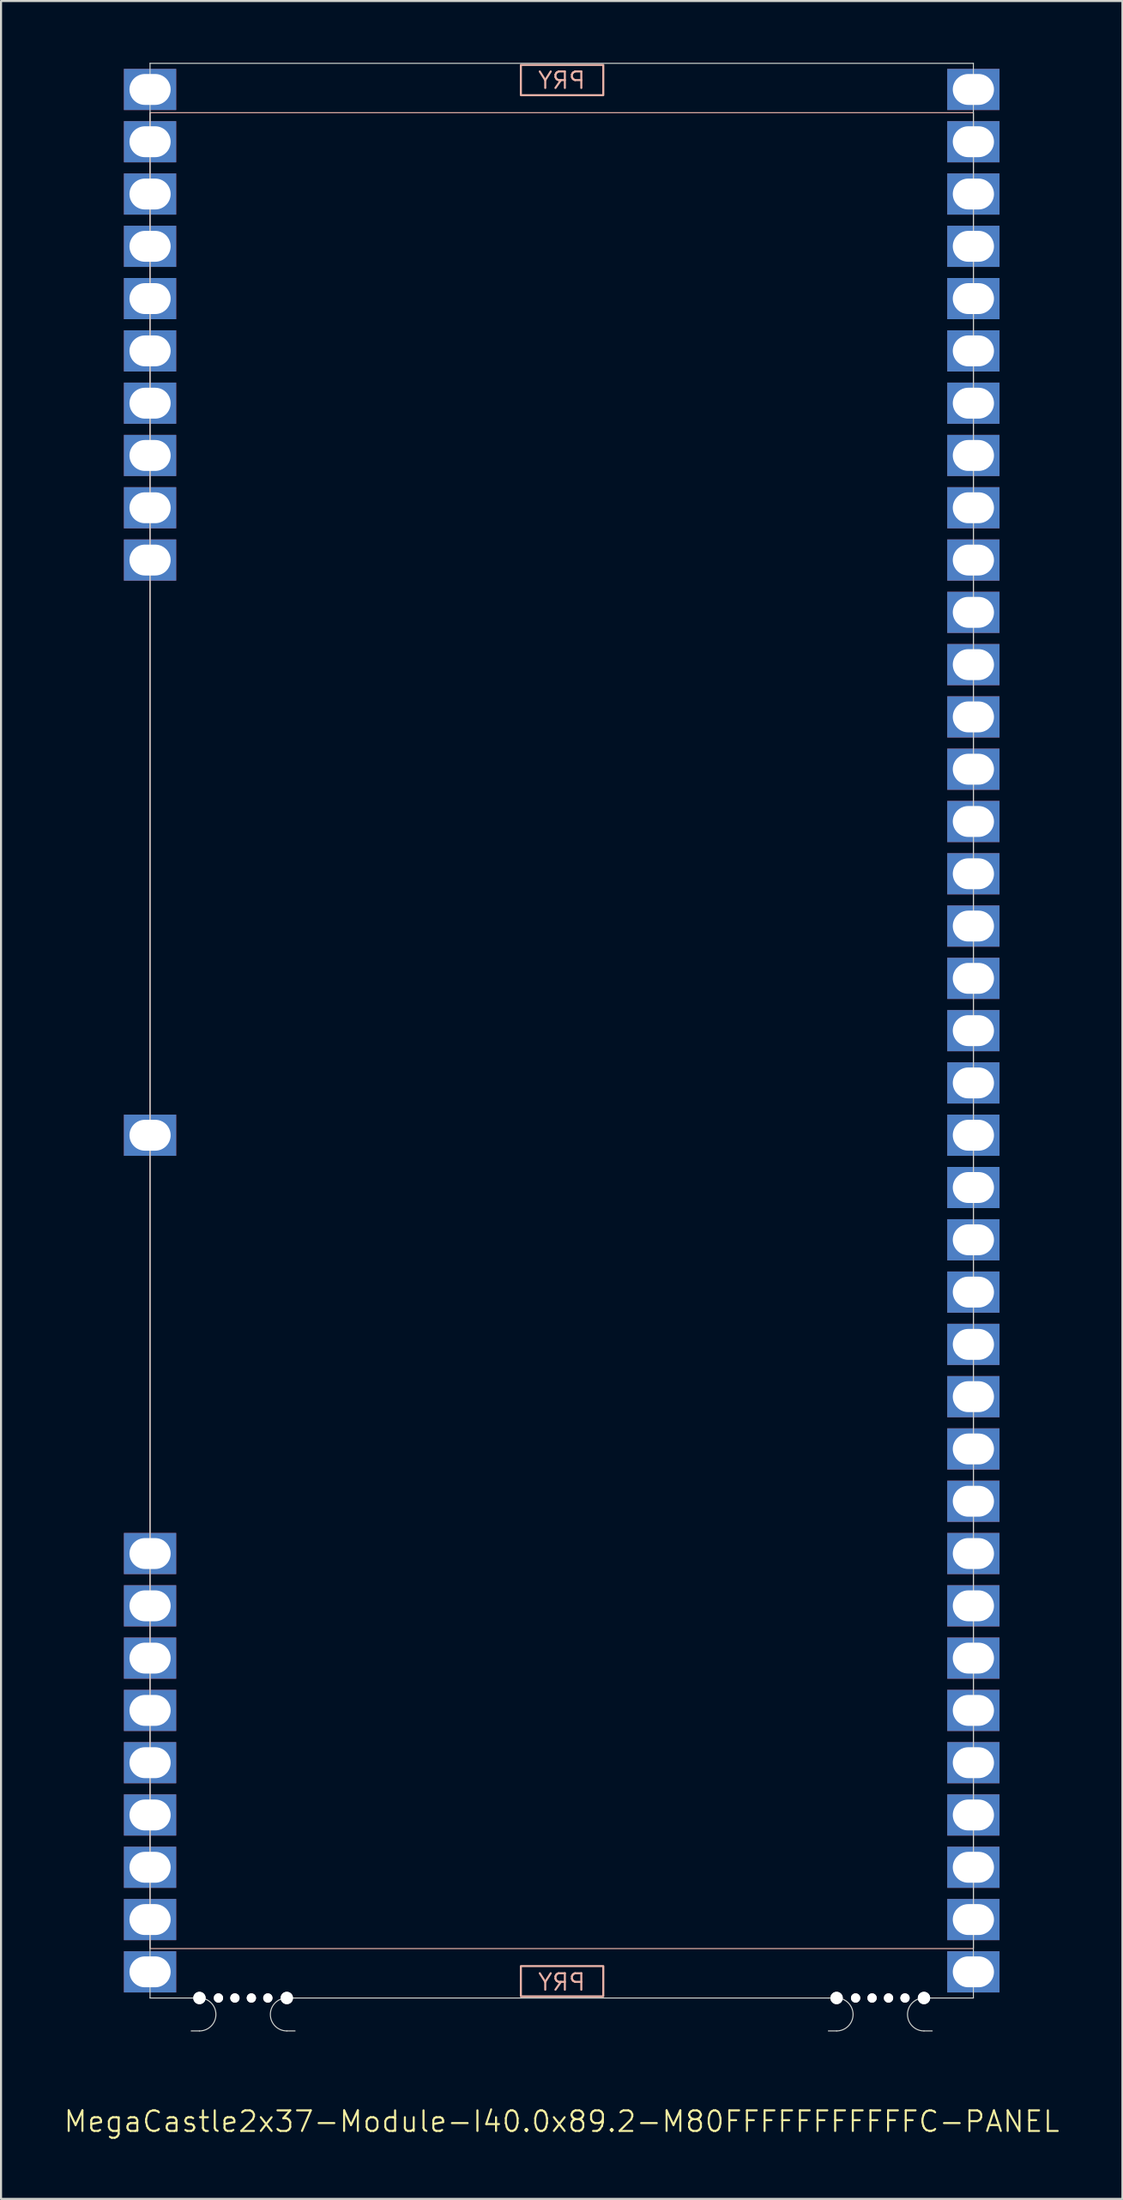
<source format=kicad_pcb>
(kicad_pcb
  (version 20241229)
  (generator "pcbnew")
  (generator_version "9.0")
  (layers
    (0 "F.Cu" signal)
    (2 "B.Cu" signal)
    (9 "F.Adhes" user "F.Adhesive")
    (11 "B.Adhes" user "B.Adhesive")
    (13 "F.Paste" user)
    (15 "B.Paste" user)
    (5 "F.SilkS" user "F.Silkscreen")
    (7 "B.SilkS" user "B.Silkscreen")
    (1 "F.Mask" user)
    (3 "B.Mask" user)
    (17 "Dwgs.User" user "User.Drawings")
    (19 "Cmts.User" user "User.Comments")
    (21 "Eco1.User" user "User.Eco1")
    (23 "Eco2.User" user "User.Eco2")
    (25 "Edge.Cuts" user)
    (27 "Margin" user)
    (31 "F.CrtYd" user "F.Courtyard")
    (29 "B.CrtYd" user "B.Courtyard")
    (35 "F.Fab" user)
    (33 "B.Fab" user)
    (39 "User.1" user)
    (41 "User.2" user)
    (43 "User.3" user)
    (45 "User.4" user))
  (footprint "MegaCastle2x37-Module-I40.0x89.2-M80FFFFFFFFFFFC-PANEL"
    (layer "F.Cu")
    (at 24.24 47.015)
    (property "Reference" "MegaCastle2x37-Module-I40.0x89.2-M80FFFFFFFFFFFC-PANEL" (at 0 52.99 0) (unlocked yes) (layer "F.SilkS") (effects (font (size 1 1) (thickness 0.1))))
    (attr smd)
    (fp_rect (start -20 44.59) (end 20 -44.59) (stroke (width 0.05) (type default)) (fill no) (layer "B.SilkS"))
    (fp_rect (start -1.984 -45.441) (end 2.02 -46.91) (stroke (width 0.1) (type default)) (fill no) (layer "B.SilkS"))
    (fp_rect (start -1.984 45.441) (end 2.02 46.91) (stroke (width 0.1) (type default)) (fill no) (layer "B.SilkS"))
    (fp_line (start -20 -46.99) (end -20 46.99) (stroke (width 0.05) (type default)) (layer "Edge.Cuts"))
    (fp_line (start -20 -46.99) (end 20 -46.99) (stroke (width 0.05) (type default)) (layer "Edge.Cuts"))
    (fp_line (start -20 46.99) (end -18 46.99) (stroke (width 0.05) (type default)) (layer "Edge.Cuts"))
    (fp_line (start -18 46.99) (end -17.6 46.99) (stroke (width 0.05) (type default)) (layer "Edge.Cuts"))
    (fp_line (start -18 48.59) (end -17.6 48.59) (stroke (width 0.05) (type default)) (layer "Edge.Cuts"))
    (fp_line (start -12.955 46.99) (end -13.355 46.99) (stroke (width 0.05) (type default)) (layer "Edge.Cuts"))
    (fp_line (start -12.955 46.99) (end 12.955 46.99) (stroke (width 0.05) (type default)) (layer "Edge.Cuts"))
    (fp_line (start -12.955 48.59) (end -13.355 48.59) (stroke (width 0.05) (type default)) (layer "Edge.Cuts"))
    (fp_line (start 12.955 46.99) (end 13.355 46.99) (stroke (width 0.05) (type default)) (layer "Edge.Cuts"))
    (fp_line (start 12.955 48.59) (end 13.355 48.59) (stroke (width 0.05) (type default)) (layer "Edge.Cuts"))
    (fp_line (start 18 46.99) (end 17.6 46.99) (stroke (width 0.05) (type default)) (layer "Edge.Cuts"))
    (fp_line (start 18 46.99) (end 20 46.99) (stroke (width 0.05) (type default)) (layer "Edge.Cuts"))
    (fp_line (start 18 48.59) (end 17.6 48.59) (stroke (width 0.05) (type default)) (layer "Edge.Cuts"))
    (fp_line (start 20 -46.99) (end 20 46.99) (stroke (width 0.05) (type default)) (layer "Edge.Cuts"))
    (fp_arc (start -17.6 46.990002) (mid -16.799999 47.790001) (end -17.6 48.59) (stroke (width 0.05) (type default)) (layer "Edge.Cuts"))
    (fp_arc (start -13.355 48.59) (mid -14.155 47.790001) (end -13.355 46.990002) (stroke (width 0.05) (type default)) (layer "Edge.Cuts"))
    (fp_arc (start 13.355001 46.990002) (mid 14.155002 47.790001) (end 13.355001 48.59) (stroke (width 0.05) (type default)) (layer "Edge.Cuts"))
    (fp_arc (start 17.600002 48.59) (mid 16.8 47.79) (end 17.600002 46.990002) (stroke (width 0.05) (type default)) (layer "Edge.Cuts"))
    (fp_text user "PRY" (at 0 46.69 0) (unlocked yes) (layer "B.SilkS") (effects (font (size 0.8 0.8) (thickness 0.1)) (justify bottom mirror)))
    (fp_text user "PRY" (at 0 -45.69 0) (unlocked yes) (layer "B.SilkS") (effects (font (size 0.8 0.8) (thickness 0.1)) (justify bottom mirror)))
    (pad "" np_thru_hole circle (at -17.6 46.99) (size 0.6 0.6) (drill 0.6) (layers "*.Cu" "Edge.Cuts"))
    (pad "" np_thru_hole circle (at -16.677 46.99) (size 0.45 0.45) (drill 0.45) (layers "*.Cu" "Edge.Cuts"))
    (pad "" np_thru_hole circle (at -15.878 46.99) (size 0.45 0.45) (drill 0.45) (layers "*.Cu" "Edge.Cuts"))
    (pad "" np_thru_hole circle (at -15.078 46.99) (size 0.45 0.45) (drill 0.45) (layers "*.Cu" "Edge.Cuts"))
    (pad "" np_thru_hole circle (at -14.277 46.99) (size 0.45 0.45) (drill 0.45) (layers "*.Cu" "Edge.Cuts"))
    (pad "" np_thru_hole circle (at -13.355 46.99) (size 0.6 0.6) (drill 0.6) (layers "*.Cu" "Edge.Cuts"))
    (pad "" np_thru_hole circle (at 13.355 46.99) (size 0.6 0.6) (drill 0.6) (layers "*.Cu" "Edge.Cuts"))
    (pad "" np_thru_hole circle (at 14.278 46.99) (size 0.45 0.45) (drill 0.45) (layers "*.Cu" "Edge.Cuts"))
    (pad "" np_thru_hole circle (at 15.078 46.99) (size 0.45 0.45) (drill 0.45) (layers "*.Cu" "Edge.Cuts"))
    (pad "" np_thru_hole circle (at 15.878 46.99) (size 0.45 0.45) (drill 0.45) (layers "*.Cu" "Edge.Cuts"))
    (pad "" np_thru_hole circle (at 16.678 46.99) (size 0.45 0.45) (drill 0.45) (layers "*.Cu" "Edge.Cuts"))
    (pad "" np_thru_hole circle (at 17.6 46.99) (size 0.6 0.6) (drill 0.6) (layers "*.Cu" "Edge.Cuts"))
    (pad "1" thru_hole rect (at -20 -45.72) (size 2.54 2) (drill oval 2 1.5) (property pad_prop_castellated) (layers "*.Cu" "*.Mask"))
    (pad "2" thru_hole rect (at -20 -43.18) (size 2.54 2) (drill oval 2 1.5) (property pad_prop_castellated) (layers "*.Cu" "*.Mask"))
    (pad "3" thru_hole rect (at -20 -40.64) (size 2.54 2) (drill oval 2 1.5) (property pad_prop_castellated) (layers "*.Cu" "*.Mask"))
    (pad "4" thru_hole rect (at -20 -38.1) (size 2.54 2) (drill oval 2 1.5) (property pad_prop_castellated) (layers "*.Cu" "*.Mask"))
    (pad "5" thru_hole rect (at -20 -35.56) (size 2.54 2) (drill oval 2 1.5) (property pad_prop_castellated) (layers "*.Cu" "*.Mask"))
    (pad "6" thru_hole rect (at -20 -33.02) (size 2.54 2) (drill oval 2 1.5) (property pad_prop_castellated) (layers "*.Cu" "*.Mask"))
    (pad "7" thru_hole rect (at -20 -30.48) (size 2.54 2) (drill oval 2 1.5) (property pad_prop_castellated) (layers "*.Cu" "*.Mask"))
    (pad "8" thru_hole rect (at -20 -27.94) (size 2.54 2) (drill oval 2 1.5) (property pad_prop_castellated) (layers "*.Cu" "*.Mask"))
    (pad "9" thru_hole rect (at -20 -25.4) (size 2.54 2) (drill oval 2 1.5) (property pad_prop_castellated) (layers "*.Cu" "*.Mask"))
    (pad "10" thru_hole rect (at -20 -22.86) (size 2.54 2) (drill oval 2 1.5) (property pad_prop_castellated) (layers "*.Cu" "*.Mask"))
    (pad "21" thru_hole rect (at -20 5.08) (size 2.54 2) (drill oval 2 1.5) (property pad_prop_castellated) (layers "*.Cu" "*.Mask"))
    (pad "29" thru_hole rect (at -20 25.4) (size 2.54 2) (drill oval 2 1.5) (property pad_prop_castellated) (layers "*.Cu" "*.Mask"))
    (pad "30" thru_hole rect (at -20 27.94) (size 2.54 2) (drill oval 2 1.5) (property pad_prop_castellated) (layers "*.Cu" "*.Mask"))
    (pad "31" thru_hole rect (at -20 30.48) (size 2.54 2) (drill oval 2 1.5) (property pad_prop_castellated) (layers "*.Cu" "*.Mask"))
    (pad "32" thru_hole rect (at -20 33.02) (size 2.54 2) (drill oval 2 1.5) (property pad_prop_castellated) (layers "*.Cu" "*.Mask"))
    (pad "33" thru_hole rect (at -20 35.56) (size 2.54 2) (drill oval 2 1.5) (property pad_prop_castellated) (layers "*.Cu" "*.Mask"))
    (pad "34" thru_hole rect (at -20 38.1) (size 2.54 2) (drill oval 2 1.5) (property pad_prop_castellated) (layers "*.Cu" "*.Mask"))
    (pad "35" thru_hole rect (at -20 40.64) (size 2.54 2) (drill oval 2 1.5) (property pad_prop_castellated) (layers "*.Cu" "*.Mask"))
    (pad "36" thru_hole rect (at -20 43.18) (size 2.54 2) (drill oval 2 1.5) (property pad_prop_castellated) (layers "*.Cu" "*.Mask"))
    (pad "37" thru_hole rect (at -20 45.72) (size 2.54 2) (drill oval 2 1.5) (property pad_prop_castellated) (layers "*.Cu" "*.Mask"))
    (pad "38" thru_hole rect (at 20 -45.72) (size 2.54 2) (drill oval 2 1.5) (property pad_prop_castellated) (layers "*.Cu" "*.Mask"))
    (pad "39" thru_hole rect (at 20 -43.18) (size 2.54 2) (drill oval 2 1.5) (property pad_prop_castellated) (layers "*.Cu" "*.Mask"))
    (pad "40" thru_hole rect (at 20 -40.64) (size 2.54 2) (drill oval 2 1.5) (property pad_prop_castellated) (layers "*.Cu" "*.Mask"))
    (pad "41" thru_hole rect (at 20 -38.1) (size 2.54 2) (drill oval 2 1.5) (property pad_prop_castellated) (layers "*.Cu" "*.Mask"))
    (pad "42" thru_hole rect (at 20 -35.56) (size 2.54 2) (drill oval 2 1.5) (property pad_prop_castellated) (layers "*.Cu" "*.Mask"))
    (pad "43" thru_hole rect (at 20 -33.02) (size 2.54 2) (drill oval 2 1.5) (property pad_prop_castellated) (layers "*.Cu" "*.Mask"))
    (pad "44" thru_hole rect (at 20 -30.48) (size 2.54 2) (drill oval 2 1.5) (property pad_prop_castellated) (layers "*.Cu" "*.Mask"))
    (pad "45" thru_hole rect (at 20 -27.94) (size 2.54 2) (drill oval 2 1.5) (property pad_prop_castellated) (layers "*.Cu" "*.Mask"))
    (pad "46" thru_hole rect (at 20 -25.4) (size 2.54 2) (drill oval 2 1.5) (property pad_prop_castellated) (layers "*.Cu" "*.Mask"))
    (pad "47" thru_hole rect (at 20 -22.86) (size 2.54 2) (drill oval 2 1.5) (property pad_prop_castellated) (layers "*.Cu" "*.Mask"))
    (pad "48" thru_hole rect (at 20 -20.32) (size 2.54 2) (drill oval 2 1.5) (property pad_prop_castellated) (layers "*.Cu" "*.Mask"))
    (pad "49" thru_hole rect (at 20 -17.78) (size 2.54 2) (drill oval 2 1.5) (property pad_prop_castellated) (layers "*.Cu" "*.Mask"))
    (pad "50" thru_hole rect (at 20 -15.24) (size 2.54 2) (drill oval 2 1.5) (property pad_prop_castellated) (layers "*.Cu" "*.Mask"))
    (pad "51" thru_hole rect (at 20 -12.7) (size 2.54 2) (drill oval 2 1.5) (property pad_prop_castellated) (layers "*.Cu" "*.Mask"))
    (pad "52" thru_hole rect (at 20 -10.16) (size 2.54 2) (drill oval 2 1.5) (property pad_prop_castellated) (layers "*.Cu" "*.Mask"))
    (pad "53" thru_hole rect (at 20 -7.62) (size 2.54 2) (drill oval 2 1.5) (property pad_prop_castellated) (layers "*.Cu" "*.Mask"))
    (pad "54" thru_hole rect (at 20 -5.08) (size 2.54 2) (drill oval 2 1.5) (property pad_prop_castellated) (layers "*.Cu" "*.Mask"))
    (pad "55" thru_hole rect (at 20 -2.54) (size 2.54 2) (drill oval 2 1.5) (property pad_prop_castellated) (layers "*.Cu" "*.Mask"))
    (pad "56" thru_hole rect (at 20 0) (size 2.54 2) (drill oval 2 1.5) (property pad_prop_castellated) (layers "*.Cu" "*.Mask"))
    (pad "57" thru_hole rect (at 20 2.54) (size 2.54 2) (drill oval 2 1.5) (property pad_prop_castellated) (layers "*.Cu" "*.Mask"))
    (pad "58" thru_hole rect (at 20 5.08) (size 2.54 2) (drill oval 2 1.5) (property pad_prop_castellated) (layers "*.Cu" "*.Mask"))
    (pad "59" thru_hole rect (at 20 7.62) (size 2.54 2) (drill oval 2 1.5) (property pad_prop_castellated) (layers "*.Cu" "*.Mask"))
    (pad "60" thru_hole rect (at 20 10.16) (size 2.54 2) (drill oval 2 1.5) (property pad_prop_castellated) (layers "*.Cu" "*.Mask"))
    (pad "61" thru_hole rect (at 20 12.7) (size 2.54 2) (drill oval 2 1.5) (property pad_prop_castellated) (layers "*.Cu" "*.Mask"))
    (pad "62" thru_hole rect (at 20 15.24) (size 2.54 2) (drill oval 2 1.5) (property pad_prop_castellated) (layers "*.Cu" "*.Mask"))
    (pad "63" thru_hole rect (at 20 17.78) (size 2.54 2) (drill oval 2 1.5) (property pad_prop_castellated) (layers "*.Cu" "*.Mask"))
    (pad "64" thru_hole rect (at 20 20.32) (size 2.54 2) (drill oval 2 1.5) (property pad_prop_castellated) (layers "*.Cu" "*.Mask"))
    (pad "65" thru_hole rect (at 20 22.86) (size 2.54 2) (drill oval 2 1.5) (property pad_prop_castellated) (layers "*.Cu" "*.Mask"))
    (pad "66" thru_hole rect (at 20 25.4) (size 2.54 2) (drill oval 2 1.5) (property pad_prop_castellated) (layers "*.Cu" "*.Mask"))
    (pad "67" thru_hole rect (at 20 27.94) (size 2.54 2) (drill oval 2 1.5) (property pad_prop_castellated) (layers "*.Cu" "*.Mask"))
    (pad "68" thru_hole rect (at 20 30.48) (size 2.54 2) (drill oval 2 1.5) (property pad_prop_castellated) (layers "*.Cu" "*.Mask"))
    (pad "69" thru_hole rect (at 20 33.02) (size 2.54 2) (drill oval 2 1.5) (property pad_prop_castellated) (layers "*.Cu" "*.Mask"))
    (pad "70" thru_hole rect (at 20 35.56) (size 2.54 2) (drill oval 2 1.5) (property pad_prop_castellated) (layers "*.Cu" "*.Mask"))
    (pad "71" thru_hole rect (at 20 38.1) (size 2.54 2) (drill oval 2 1.5) (property pad_prop_castellated) (layers "*.Cu" "*.Mask"))
    (pad "72" thru_hole rect (at 20 40.64) (size 2.54 2) (drill oval 2 1.5) (property pad_prop_castellated) (layers "*.Cu" "*.Mask"))
    (pad "73" thru_hole rect (at 20 43.18) (size 2.54 2) (drill oval 2 1.5) (property pad_prop_castellated) (layers "*.Cu" "*.Mask"))
    (pad "74" thru_hole rect (at 20 45.72) (size 2.54 2) (drill oval 2 1.5) (property pad_prop_castellated) (layers "*.Cu" "*.Mask"))
    (zone (net_name "") (layer "B.Cu") (hatch edge 0.5) (connect_pads) (min_thickness 0.25) (filled_areas_thickness no) (keepout (tracks allowed) (vias allowed) (pads allowed) (copperpour allowed) (footprints not_allowed)) (placement (enabled no)) (fill) (polygon (pts (xy 4.24 94.005) (xy 4.24 0.025))))
    (zone (net_name "") (layer "B.Cu") (hatch edge 0.5) (connect_pads) (min_thickness 0.25) (filled_areas_thickness no) (keepout (tracks allowed) (vias allowed) (pads allowed) (copperpour allowed) (footprints not_allowed)) (placement (enabled no)) (fill) (polygon (pts (xy 44.24 94.005) (xy 44.24 0.025))))
    (zone (net_name "") (layer "B.Cu") (hatch edge 0.5) (connect_pads) (min_thickness 0.25) (filled_areas_thickness no) (keepout (tracks allowed) (vias allowed) (pads allowed) (copperpour allowed) (footprints not_allowed)) (placement (enabled no)) (fill) (polygon (pts (xy 4.24 0.025) (xy 4.24 2.425) (xy 44.24 2.425) (xy 44.24 0.025))))
    (zone (net_name "") (layer "B.Cu") (hatch edge 0.5) (connect_pads) (min_thickness 0.25) (filled_areas_thickness no) (keepout (tracks allowed) (vias allowed) (pads allowed) (copperpour allowed) (footprints not_allowed)) (placement (enabled no)) (fill) (polygon (pts (xy 4.24 94.005) (xy 4.24 91.605) (xy 44.24 91.605) (xy 44.24 94.005))))
    (zone (net_name "") (layer "B.Cu") (name "Upper Pry Zone") (hatch edge 0.5) (connect_pads) (min_thickness 0.25) (filled_areas_thickness no) (keepout (tracks not_allowed) (vias not_allowed) (pads not_allowed) (copperpour allowed) (footprints not_allowed)) (placement (enabled no)) (fill) (polygon (pts (xy 22.256 1.574) (xy 22.256 0.105) (xy 26.26 0.105) (xy 26.26 1.574))))
    (zone (net_name "") (layer "B.Cu") (name "Upper Pry Zone") (hatch edge 0.5) (connect_pads) (min_thickness 0.25) (filled_areas_thickness no) (keepout (tracks not_allowed) (vias not_allowed) (pads not_allowed) (copperpour allowed) (footprints not_allowed)) (placement (enabled no)) (fill) (polygon (pts (xy 22.256 92.456) (xy 22.256 93.925) (xy 26.26 93.925) (xy 26.26 92.456)))))
  (gr_rect
    (start -3 -3)
    (end 51.481 103.766)
    (stroke (width 0.1) (type default))
    (fill no)
    (layer "Edge.Cuts")))
</source>
